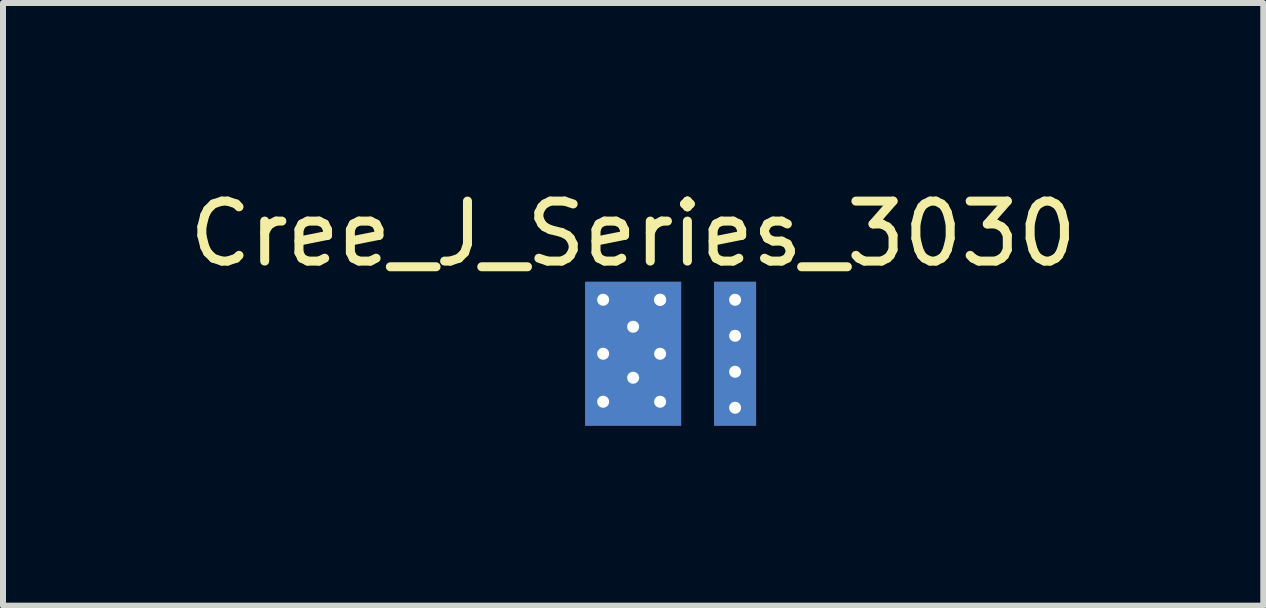
<source format=kicad_pcb>
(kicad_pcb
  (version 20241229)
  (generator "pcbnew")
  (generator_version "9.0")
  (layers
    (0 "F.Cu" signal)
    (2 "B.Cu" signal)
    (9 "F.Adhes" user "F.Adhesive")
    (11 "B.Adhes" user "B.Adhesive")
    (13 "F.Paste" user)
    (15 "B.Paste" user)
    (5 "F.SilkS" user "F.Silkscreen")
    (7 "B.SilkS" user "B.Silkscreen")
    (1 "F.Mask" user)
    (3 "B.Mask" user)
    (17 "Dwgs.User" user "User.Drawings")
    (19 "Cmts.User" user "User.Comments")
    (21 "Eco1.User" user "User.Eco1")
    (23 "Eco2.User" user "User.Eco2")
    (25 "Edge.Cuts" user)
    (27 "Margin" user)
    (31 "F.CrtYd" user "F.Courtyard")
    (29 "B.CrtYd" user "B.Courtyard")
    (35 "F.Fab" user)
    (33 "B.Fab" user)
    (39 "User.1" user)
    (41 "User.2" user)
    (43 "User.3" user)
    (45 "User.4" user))
  (footprint "Cree_J_Series_3030"
    (layer "F.Cu")
    (at 7.506 2.848)
    (property "Reference" "Cree_J_Series_3030" (at 0 -2 0) (layer "F.SilkS") (effects (font (size 1 1) (thickness 0.15))))
    (attr through_hole)
    (pad "1" thru_hole circle (at -0.5 -0.9) (size 0.5 0.5) (drill 0.2) (layers "*.Cu" "*.Mask"))
    (pad "1" thru_hole circle (at -0.5 0) (size 0.5 0.5) (drill 0.2) (layers "*.Cu" "*.Mask"))
    (pad "1" thru_hole circle (at -0.5 0.8) (size 0.5 0.5) (drill 0.2) (layers "*.Cu" "*.Mask"))
    (pad "1" thru_hole circle (at 0 -0.45) (size 0.5 0.5) (drill 0.2) (layers "*.Cu" "*.Mask"))
    (pad "1" smd rect (at 0 0) (size 1.6 2.4) (layers "F.Cu" "F.Mask" "F.Paste"))
    (pad "1" smd rect (at 0 0) (size 1.6 2.4) (layers "F.Mask" "B.Cu" "F.Paste"))
    (pad "1" thru_hole circle (at 0 0.4) (size 0.5 0.5) (drill 0.2) (layers "*.Cu" "*.Mask"))
    (pad "1" thru_hole circle (at 0.45 -0.9) (size 0.5 0.5) (drill 0.2) (layers "*.Cu" "*.Mask"))
    (pad "1" thru_hole circle (at 0.45 -0.9) (size 0.5 0.5) (drill 0.2) (layers "*.Cu" "*.Mask"))
    (pad "1" thru_hole circle (at 0.45 0) (size 0.5 0.5) (drill 0.2) (layers "*.Cu" "*.Mask"))
    (pad "1" thru_hole circle (at 0.45 0.8) (size 0.5 0.5) (drill 0.2) (layers "*.Cu" "*.Mask"))
    (pad "2" thru_hole circle (at 1.7 -0.9) (size 0.5 0.5) (drill 0.2) (layers "*.Cu" "*.Mask"))
    (pad "2" thru_hole circle (at 1.7 -0.3) (size 0.5 0.5) (drill 0.2) (layers "*.Cu" "*.Mask"))
    (pad "2" smd rect (at 1.7 0) (size 0.7 2.4) (layers "F.Cu" "F.Mask" "F.Paste"))
    (pad "2" smd rect (at 1.7 0) (size 0.7 2.4) (layers "F.Mask" "B.Cu" "F.Paste"))
    (pad "2" thru_hole circle (at 1.7 0.3) (size 0.5 0.5) (drill 0.2) (layers "*.Cu" "*.Mask"))
    (pad "2" thru_hole circle (at 1.7 0.9) (size 0.5 0.5) (drill 0.2) (layers "*.Cu" "*.Mask")))
  (gr_rect
    (start -3 -3)
    (end 18.012 7.048)
    (stroke (width 0.1) (type default))
    (fill no)
    (layer "Edge.Cuts")))
</source>
